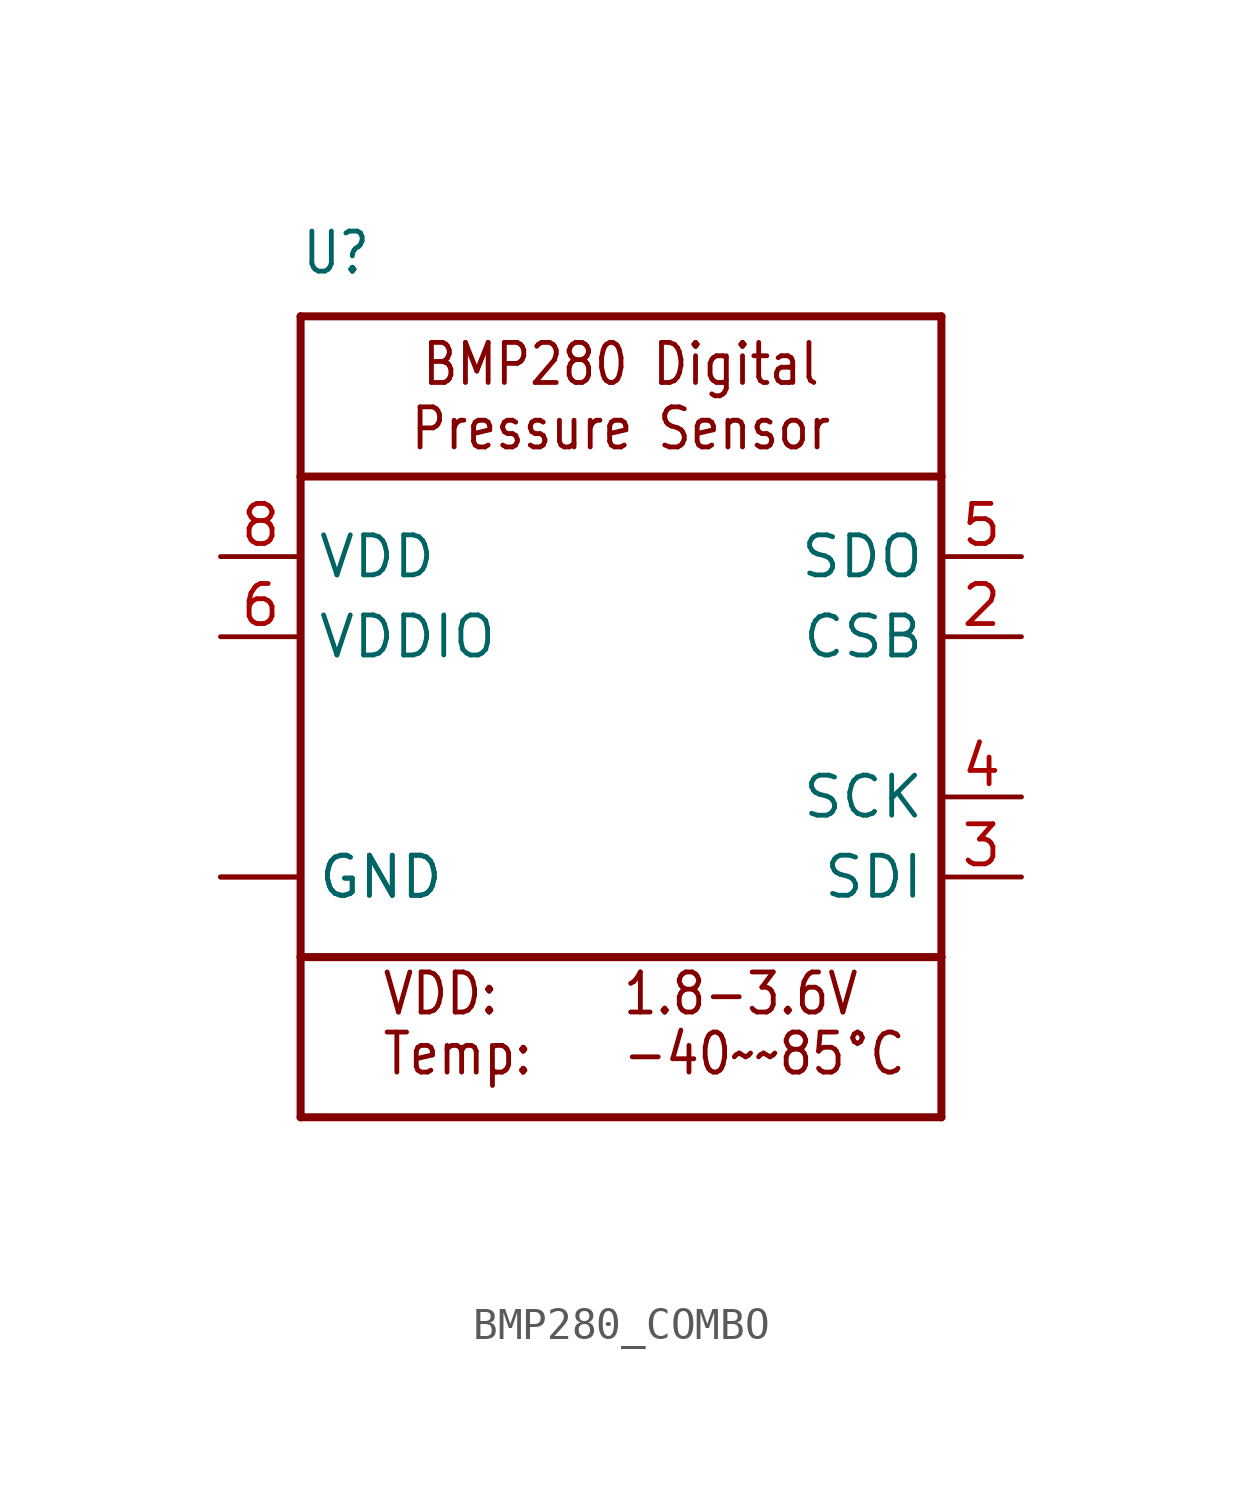
<source format=kicad_sym>
(kicad_symbol_lib
  (version 20231120)
  (generator "kicad_symbol_editor")
  (generator_version "8.0")
  (symbol "BMP280_COMBO"
    (property "Reference" "U"
      (at -10.16 13.97 0)
      (effects (font (size 1.27 1.079)) (justify left bottom)))
    (property "Value" ""
      (at -10.16 -15.24 0)
      (effects (font (size 1.27 1.079)) (justify left bottom)))
    (property "ki_locked" ""
      (at 0 0 0)
      (effects (font (size 1.27 1.27))))
    (symbol "BMP280_COMBO_1_0"
      (polyline (pts (xy -10.16 -7.62) (xy -10.16 -12.7)) (stroke (width 0.254) (type solid)) (fill (type none)))
      (polyline (pts (xy -10.16 -7.62) (xy -10.16 7.62)) (stroke (width 0.254) (type solid)) (fill (type none)))
      (polyline (pts (xy -10.16 7.62) (xy 10.16 7.62)) (stroke (width 0.254) (type solid)) (fill (type none)))
      (polyline (pts (xy -10.16 12.7) (xy -10.16 7.62)) (stroke (width 0.254) (type solid)) (fill (type none)))
      (polyline (pts (xy -10.16 12.7) (xy 10.16 12.7)) (stroke (width 0.254) (type solid)) (fill (type none)))
      (polyline (pts (xy 10.16 -12.7) (xy -10.16 -12.7)) (stroke (width 0.254) (type solid)) (fill (type none)))
      (polyline (pts (xy 10.16 -7.62) (xy -10.16 -7.62)) (stroke (width 0.254) (type solid)) (fill (type none)))
      (polyline (pts (xy 10.16 -7.62) (xy 10.16 -12.7)) (stroke (width 0.254) (type solid)) (fill (type none)))
      (polyline (pts (xy 10.16 7.62) (xy 10.16 -7.62)) (stroke (width 0.254) (type solid)) (fill (type none)))
      (polyline (pts (xy 10.16 12.7) (xy 10.16 7.62)) (stroke (width 0.254) (type solid)) (fill (type none)))
      (text "-40~~85°C" (at 0 -11.43 0) (effects (font (size 1.27 1.079)) (justify left bottom)))
      (text "1.8-3.6V" (at 0 -9.525 0) (effects (font (size 1.27 1.079)) (justify left bottom)))
      (text "BMP280 Digital\nPressure Sensor" (at 0 10.16 0) (effects (font (size 1.27 1.079))))
      (text "Temp:" (at -7.62 -11.43 0) (effects (font (size 1.27 1.079)) (justify left bottom)))
      (text "VDD:" (at -7.62 -9.525 0) (effects (font (size 1.27 1.079)) (justify left bottom)))
      (pin power_in line (at -12.7 -5.08 0) (length 2.54) (name "GND" (effects (font (size 1.27 1.27)))) (number "1" (effects (font (size 0 0)))))
      (pin input line (at 12.7 2.54 180) (length 2.54) (name "CSB" (effects (font (size 1.27 1.27)))) (number "2" (effects (font (size 1.27 1.27)))))
      (pin input line (at 12.7 -5.08 180) (length 2.54) (name "SDI" (effects (font (size 1.27 1.27)))) (number "3" (effects (font (size 1.27 1.27)))))
      (pin input line (at 12.7 -2.54 180) (length 2.54) (name "SCK" (effects (font (size 1.27 1.27)))) (number "4" (effects (font (size 1.27 1.27)))))
      (pin output line (at 12.7 5.08 180) (length 2.54) (name "SDO" (effects (font (size 1.27 1.27)))) (number "5" (effects (font (size 1.27 1.27)))))
      (pin power_in line (at -12.7 2.54 0) (length 2.54) (name "VDDIO" (effects (font (size 1.27 1.27)))) (number "6" (effects (font (size 1.27 1.27)))))
      (pin power_in line (at -12.7 -5.08 0) (length 2.54) (name "GND" (effects (font (size 1.27 1.27)))) (number "7" (effects (font (size 0 0)))))
      (pin power_in line (at -12.7 5.08 0) (length 2.54) (name "VDD" (effects (font (size 1.27 1.27)))) (number "8" (effects (font (size 1.27 1.27))))))))
</source>
